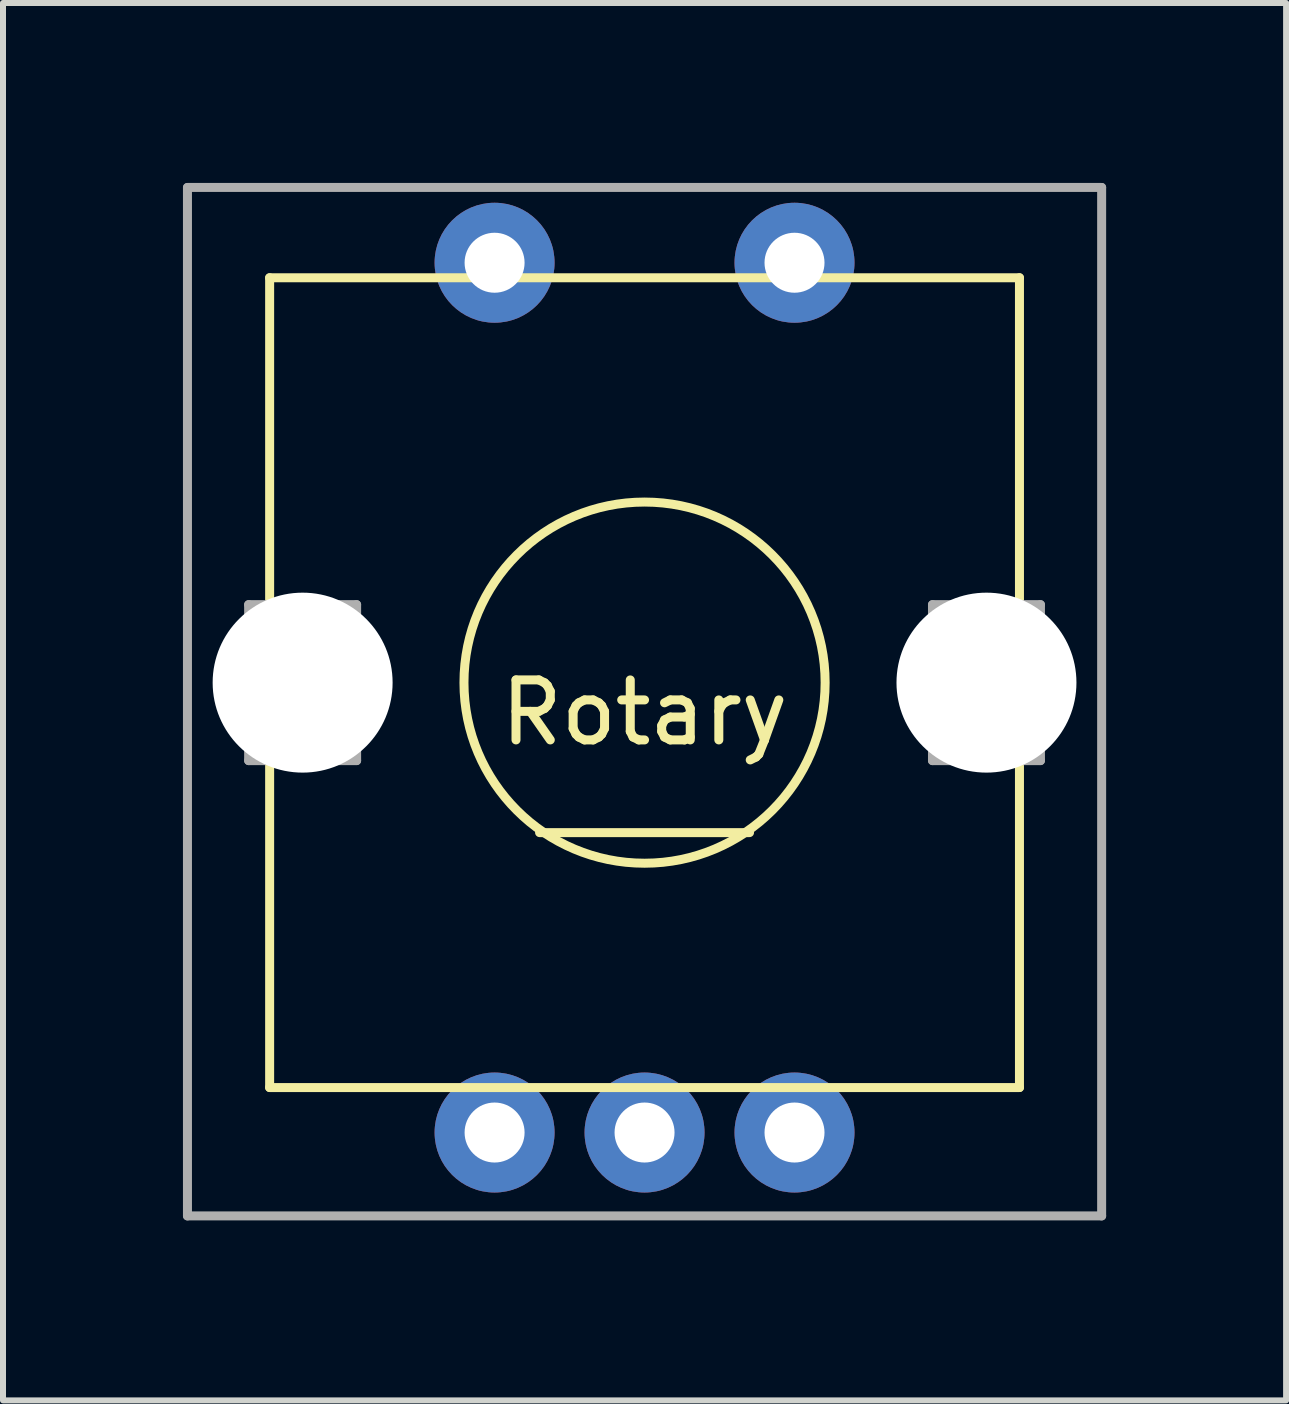
<source format=kicad_pcb>
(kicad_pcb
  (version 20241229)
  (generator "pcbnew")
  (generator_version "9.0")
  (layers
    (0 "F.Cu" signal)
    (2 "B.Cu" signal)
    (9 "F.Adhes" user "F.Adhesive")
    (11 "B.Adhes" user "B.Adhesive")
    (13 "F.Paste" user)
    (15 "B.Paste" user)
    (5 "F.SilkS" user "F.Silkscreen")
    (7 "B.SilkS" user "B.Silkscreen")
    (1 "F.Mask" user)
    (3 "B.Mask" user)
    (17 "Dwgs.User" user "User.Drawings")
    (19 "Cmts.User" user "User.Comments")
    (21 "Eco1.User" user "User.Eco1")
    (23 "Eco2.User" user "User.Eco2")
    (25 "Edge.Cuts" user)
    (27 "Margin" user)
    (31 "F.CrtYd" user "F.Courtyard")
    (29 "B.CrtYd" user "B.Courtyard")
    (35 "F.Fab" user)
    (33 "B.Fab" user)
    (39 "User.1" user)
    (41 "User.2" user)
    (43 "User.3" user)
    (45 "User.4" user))
  (footprint "Rotary"
    (layer "F.Cu")
    (at 7.695 8.33)
    (property "Reference" "Rotary" (at 0 0.5 0) (layer "F.SilkS") (effects (font (size 1 1) (thickness 0.15))))
    (attr through_hole)
    (fp_line (start -6.25 -6.75) (end 6.25 -6.75) (stroke (width 0.15) (type solid)) (layer "F.SilkS"))
    (fp_line (start -6.25 6.75) (end -6.25 -6.75) (stroke (width 0.15) (type solid)) (layer "F.SilkS"))
    (fp_line (start 1.75 2.5) (end -1.75 2.5) (stroke (width 0.15) (type solid)) (layer "F.SilkS"))
    (fp_line (start 6.25 -6.75) (end 6.25 6.75) (stroke (width 0.15) (type solid)) (layer "F.SilkS"))
    (fp_line (start 6.25 6.75) (end -6.25 6.75) (stroke (width 0.15) (type solid)) (layer "F.SilkS"))
    (fp_circle (center 0 0) (end 3 -0.25) (stroke (width 0.15) (type solid)) (fill no) (layer "F.SilkS"))
    (fp_line (start -7.62 -8.255) (end -7.62 8.89) (stroke (width 0.15) (type solid)) (layer "F.Fab"))
    (fp_line (start -7.62 8.89) (end 7.62 8.89) (stroke (width 0.15) (type solid)) (layer "F.Fab"))
    (fp_line (start -6.6 -1.3) (end -6.6 1.3) (stroke (width 0.15) (type solid)) (layer "F.Fab"))
    (fp_line (start -6.6 1.3) (end -4.8 1.3) (stroke (width 0.15) (type solid)) (layer "F.Fab"))
    (fp_line (start -4.8 -1.3) (end -6.6 -1.3) (stroke (width 0.15) (type solid)) (layer "F.Fab"))
    (fp_line (start -4.8 1.3) (end -4.8 -1.3) (stroke (width 0.15) (type solid)) (layer "F.Fab"))
    (fp_line (start 4.8 -1.3) (end 6.6 -1.3) (stroke (width 0.15) (type solid)) (layer "F.Fab"))
    (fp_line (start 4.8 1.3) (end 4.8 -1.3) (stroke (width 0.15) (type solid)) (layer "F.Fab"))
    (fp_line (start 6.6 -1.3) (end 6.6 1.3) (stroke (width 0.15) (type solid)) (layer "F.Fab"))
    (fp_line (start 6.6 1.3) (end 4.8 1.3) (stroke (width 0.15) (type solid)) (layer "F.Fab"))
    (fp_line (start 7.62 -8.255) (end -7.62 -8.255) (stroke (width 0.15) (type solid)) (layer "F.Fab"))
    (fp_line (start 7.62 8.89) (end 7.62 -8.255) (stroke (width 0.15) (type solid)) (layer "F.Fab"))
    (pad "" np_thru_hole circle (at -5.7 0) (size 3 3) (drill 3) (layers "*.Cu" "*.Mask"))
    (pad "" np_thru_hole circle (at 5.7 0) (size 3 3) (drill 3) (layers "*.Cu" "*.Mask"))
    (pad "1" thru_hole circle (at -2.5 7.5) (size 2 2) (drill 1) (layers "*.Cu" "*.Mask"))
    (pad "2" thru_hole circle (at 0 7.5) (size 2 2) (drill 1) (layers "*.Cu" "*.Mask"))
    (pad "3" thru_hole circle (at 2.5 7.5) (size 2 2) (drill 1) (layers "*.Cu" "*.Mask"))
    (pad "4" thru_hole circle (at -2.5 -7) (size 2 2) (drill 1) (layers "*.Cu" "*.Mask"))
    (pad "5" thru_hole circle (at 2.5 -7) (size 2 2) (drill 1) (layers "*.Cu" "*.Mask")))
  (gr_rect
    (start -3 -3)
    (end 18.39 20.295)
    (stroke (width 0.1) (type default))
    (fill no)
    (layer "Edge.Cuts")))
</source>
